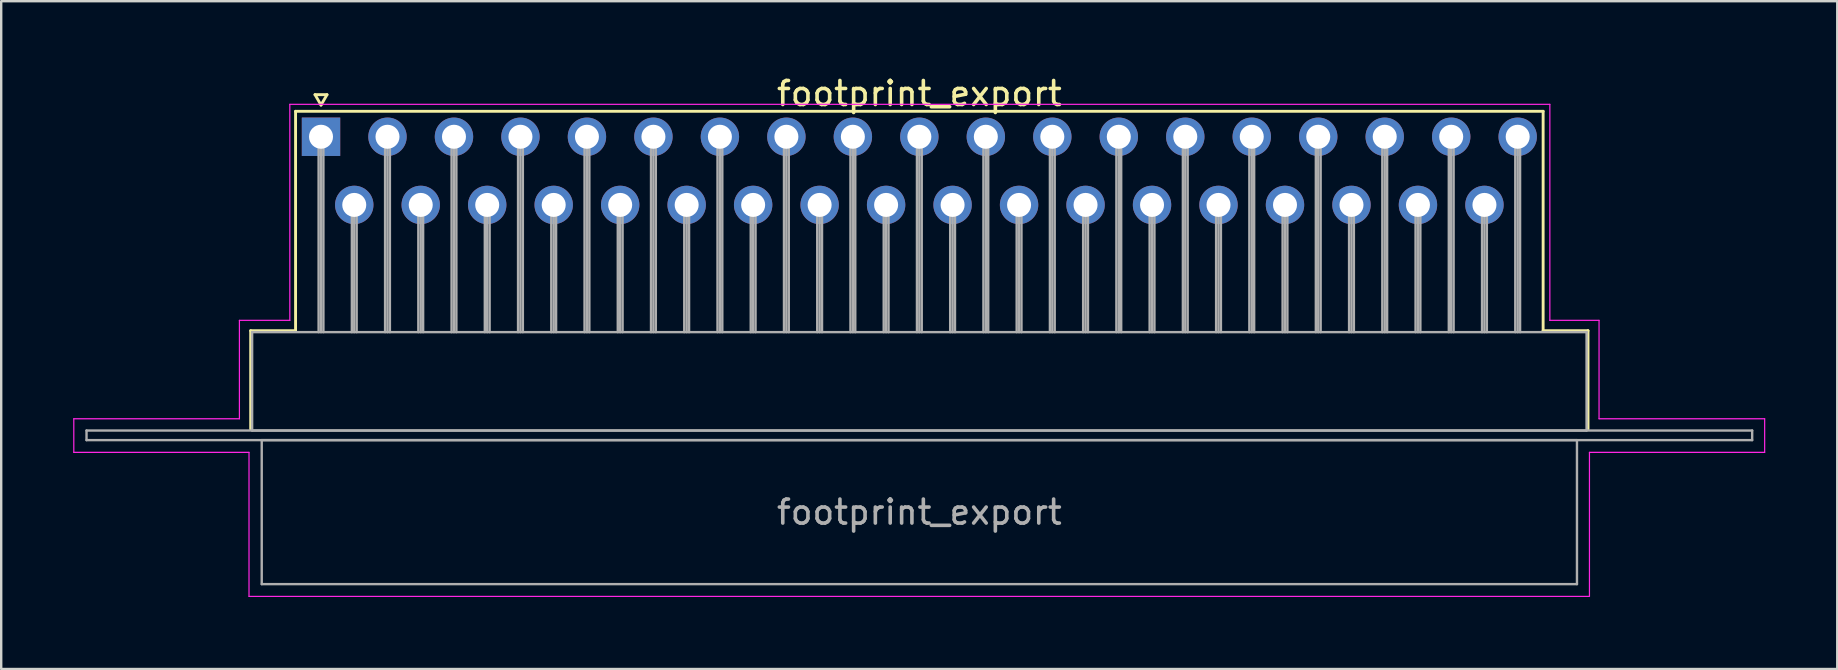
<source format=kicad_pcb>
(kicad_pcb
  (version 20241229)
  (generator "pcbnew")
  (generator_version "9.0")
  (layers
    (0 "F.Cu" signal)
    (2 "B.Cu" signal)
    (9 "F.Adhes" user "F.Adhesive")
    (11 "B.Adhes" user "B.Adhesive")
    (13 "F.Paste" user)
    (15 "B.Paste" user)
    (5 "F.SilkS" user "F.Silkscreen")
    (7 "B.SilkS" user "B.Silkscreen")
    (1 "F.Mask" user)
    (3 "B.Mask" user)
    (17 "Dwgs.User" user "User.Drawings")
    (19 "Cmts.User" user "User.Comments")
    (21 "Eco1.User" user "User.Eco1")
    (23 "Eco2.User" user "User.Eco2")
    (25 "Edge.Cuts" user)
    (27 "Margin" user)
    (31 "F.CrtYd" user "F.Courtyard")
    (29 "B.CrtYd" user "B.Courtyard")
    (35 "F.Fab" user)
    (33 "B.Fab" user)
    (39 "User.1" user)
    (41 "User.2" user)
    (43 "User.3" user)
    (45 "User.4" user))
  (footprint "footprint_export"
    (layer "F.Cu")
    (at 10.325 2.648)
    (property "Reference" "footprint_export" (at 24.93 -1.8 0) (layer "F.SilkS") (effects (font (size 1 1) (thickness 0.15))))
    (attr through_hole)
    (fp_line (start -2.93 8.08) (end -1.06 8.08) (stroke (width 0.12) (type solid)) (layer "F.SilkS"))
    (fp_line (start -2.93 12.18) (end -2.93 8.08) (stroke (width 0.12) (type solid)) (layer "F.SilkS"))
    (fp_line (start -1.06 -1.06) (end 50.92 -1.06) (stroke (width 0.12) (type solid)) (layer "F.SilkS"))
    (fp_line (start -1.06 8.08) (end -1.06 -1.06) (stroke (width 0.12) (type solid)) (layer "F.SilkS"))
    (fp_line (start -0.25 -1.754) (end 0.25 -1.754) (stroke (width 0.12) (type solid)) (layer "F.SilkS"))
    (fp_line (start 0 -1.321) (end -0.25 -1.754) (stroke (width 0.12) (type solid)) (layer "F.SilkS"))
    (fp_line (start 0.25 -1.754) (end 0 -1.321) (stroke (width 0.12) (type solid)) (layer "F.SilkS"))
    (fp_line (start 50.92 -1.06) (end 50.92 8.08) (stroke (width 0.12) (type solid)) (layer "F.SilkS"))
    (fp_line (start 50.92 8.08) (end 52.79 8.08) (stroke (width 0.12) (type solid)) (layer "F.SilkS"))
    (fp_line (start 52.79 8.08) (end 52.79 12.18) (stroke (width 0.12) (type solid)) (layer "F.SilkS"))
    (fp_line (start -10.3 11.75) (end -3.4 11.75) (stroke (width 0.05) (type solid)) (layer "F.CrtYd"))
    (fp_line (start -10.3 13.15) (end -10.3 11.75) (stroke (width 0.05) (type solid)) (layer "F.CrtYd"))
    (fp_line (start -3.4 7.65) (end -1.3 7.65) (stroke (width 0.05) (type solid)) (layer "F.CrtYd"))
    (fp_line (start -3.4 11.75) (end -3.4 7.65) (stroke (width 0.05) (type solid)) (layer "F.CrtYd"))
    (fp_line (start -3 13.15) (end -10.3 13.15) (stroke (width 0.05) (type solid)) (layer "F.CrtYd"))
    (fp_line (start -3 19.15) (end -3 13.15) (stroke (width 0.05) (type solid)) (layer "F.CrtYd"))
    (fp_line (start -1.3 -1.35) (end 51.2 -1.35) (stroke (width 0.05) (type solid)) (layer "F.CrtYd"))
    (fp_line (start -1.3 7.65) (end -1.3 -1.35) (stroke (width 0.05) (type solid)) (layer "F.CrtYd"))
    (fp_line (start 51.2 -1.35) (end 51.2 7.65) (stroke (width 0.05) (type solid)) (layer "F.CrtYd"))
    (fp_line (start 51.2 7.65) (end 53.25 7.65) (stroke (width 0.05) (type solid)) (layer "F.CrtYd"))
    (fp_line (start 52.85 13.15) (end 52.85 19.15) (stroke (width 0.05) (type solid)) (layer "F.CrtYd"))
    (fp_line (start 52.85 19.15) (end -3 19.15) (stroke (width 0.05) (type solid)) (layer "F.CrtYd"))
    (fp_line (start 53.25 7.65) (end 53.25 11.75) (stroke (width 0.05) (type solid)) (layer "F.CrtYd"))
    (fp_line (start 53.25 11.75) (end 60.15 11.75) (stroke (width 0.05) (type solid)) (layer "F.CrtYd"))
    (fp_line (start 60.15 11.75) (end 60.15 13.15) (stroke (width 0.05) (type solid)) (layer "F.CrtYd"))
    (fp_line (start 60.15 13.15) (end 52.85 13.15) (stroke (width 0.05) (type solid)) (layer "F.CrtYd"))
    (fp_line (start -9.77 12.24) (end -9.77 12.64) (stroke (width 0.1) (type solid)) (layer "F.Fab"))
    (fp_line (start -9.77 12.64) (end 59.63 12.64) (stroke (width 0.1) (type solid)) (layer "F.Fab"))
    (fp_line (start -2.87 8.14) (end -2.87 12.24) (stroke (width 0.1) (type solid)) (layer "F.Fab"))
    (fp_line (start -2.87 12.24) (end 52.73 12.24) (stroke (width 0.1) (type solid)) (layer "F.Fab"))
    (fp_line (start -2.47 12.64) (end -2.47 18.64) (stroke (width 0.1) (type solid)) (layer "F.Fab"))
    (fp_line (start -2.47 18.64) (end 52.33 18.64) (stroke (width 0.1) (type solid)) (layer "F.Fab"))
    (fp_line (start -0.1 0) (end -0.1 8.14) (stroke (width 0.1) (type solid)) (layer "F.Fab"))
    (fp_line (start 0 0) (end 0 8.14) (stroke (width 0.1) (type solid)) (layer "F.Fab"))
    (fp_line (start 0.1 0) (end 0.1 8.14) (stroke (width 0.1) (type solid)) (layer "F.Fab"))
    (fp_line (start 1.285 2.84) (end 1.285 8.14) (stroke (width 0.1) (type solid)) (layer "F.Fab"))
    (fp_line (start 1.385 2.84) (end 1.385 8.14) (stroke (width 0.1) (type solid)) (layer "F.Fab"))
    (fp_line (start 1.485 2.84) (end 1.485 8.14) (stroke (width 0.1) (type solid)) (layer "F.Fab"))
    (fp_line (start 2.67 0) (end 2.67 8.14) (stroke (width 0.1) (type solid)) (layer "F.Fab"))
    (fp_line (start 2.77 0) (end 2.77 8.14) (stroke (width 0.1) (type solid)) (layer "F.Fab"))
    (fp_line (start 2.87 0) (end 2.87 8.14) (stroke (width 0.1) (type solid)) (layer "F.Fab"))
    (fp_line (start 4.055 2.84) (end 4.055 8.14) (stroke (width 0.1) (type solid)) (layer "F.Fab"))
    (fp_line (start 4.155 2.84) (end 4.155 8.14) (stroke (width 0.1) (type solid)) (layer "F.Fab"))
    (fp_line (start 4.255 2.84) (end 4.255 8.14) (stroke (width 0.1) (type solid)) (layer "F.Fab"))
    (fp_line (start 5.44 0) (end 5.44 8.14) (stroke (width 0.1) (type solid)) (layer "F.Fab"))
    (fp_line (start 5.54 0) (end 5.54 8.14) (stroke (width 0.1) (type solid)) (layer "F.Fab"))
    (fp_line (start 5.64 0) (end 5.64 8.14) (stroke (width 0.1) (type solid)) (layer "F.Fab"))
    (fp_line (start 6.825 2.84) (end 6.825 8.14) (stroke (width 0.1) (type solid)) (layer "F.Fab"))
    (fp_line (start 6.925 2.84) (end 6.925 8.14) (stroke (width 0.1) (type solid)) (layer "F.Fab"))
    (fp_line (start 7.025 2.84) (end 7.025 8.14) (stroke (width 0.1) (type solid)) (layer "F.Fab"))
    (fp_line (start 8.21 0) (end 8.21 8.14) (stroke (width 0.1) (type solid)) (layer "F.Fab"))
    (fp_line (start 8.31 0) (end 8.31 8.14) (stroke (width 0.1) (type solid)) (layer "F.Fab"))
    (fp_line (start 8.41 0) (end 8.41 8.14) (stroke (width 0.1) (type solid)) (layer "F.Fab"))
    (fp_line (start 9.595 2.84) (end 9.595 8.14) (stroke (width 0.1) (type solid)) (layer "F.Fab"))
    (fp_line (start 9.695 2.84) (end 9.695 8.14) (stroke (width 0.1) (type solid)) (layer "F.Fab"))
    (fp_line (start 9.795 2.84) (end 9.795 8.14) (stroke (width 0.1) (type solid)) (layer "F.Fab"))
    (fp_line (start 10.98 0) (end 10.98 8.14) (stroke (width 0.1) (type solid)) (layer "F.Fab"))
    (fp_line (start 11.08 0) (end 11.08 8.14) (stroke (width 0.1) (type solid)) (layer "F.Fab"))
    (fp_line (start 11.18 0) (end 11.18 8.14) (stroke (width 0.1) (type solid)) (layer "F.Fab"))
    (fp_line (start 12.365 2.84) (end 12.365 8.14) (stroke (width 0.1) (type solid)) (layer "F.Fab"))
    (fp_line (start 12.465 2.84) (end 12.465 8.14) (stroke (width 0.1) (type solid)) (layer "F.Fab"))
    (fp_line (start 12.565 2.84) (end 12.565 8.14) (stroke (width 0.1) (type solid)) (layer "F.Fab"))
    (fp_line (start 13.75 0) (end 13.75 8.14) (stroke (width 0.1) (type solid)) (layer "F.Fab"))
    (fp_line (start 13.85 0) (end 13.85 8.14) (stroke (width 0.1) (type solid)) (layer "F.Fab"))
    (fp_line (start 13.95 0) (end 13.95 8.14) (stroke (width 0.1) (type solid)) (layer "F.Fab"))
    (fp_line (start 15.135 2.84) (end 15.135 8.14) (stroke (width 0.1) (type solid)) (layer "F.Fab"))
    (fp_line (start 15.235 2.84) (end 15.235 8.14) (stroke (width 0.1) (type solid)) (layer "F.Fab"))
    (fp_line (start 15.335 2.84) (end 15.335 8.14) (stroke (width 0.1) (type solid)) (layer "F.Fab"))
    (fp_line (start 16.52 0) (end 16.52 8.14) (stroke (width 0.1) (type solid)) (layer "F.Fab"))
    (fp_line (start 16.62 0) (end 16.62 8.14) (stroke (width 0.1) (type solid)) (layer "F.Fab"))
    (fp_line (start 16.72 0) (end 16.72 8.14) (stroke (width 0.1) (type solid)) (layer "F.Fab"))
    (fp_line (start 17.905 2.84) (end 17.905 8.14) (stroke (width 0.1) (type solid)) (layer "F.Fab"))
    (fp_line (start 18.005 2.84) (end 18.005 8.14) (stroke (width 0.1) (type solid)) (layer "F.Fab"))
    (fp_line (start 18.105 2.84) (end 18.105 8.14) (stroke (width 0.1) (type solid)) (layer "F.Fab"))
    (fp_line (start 19.29 0) (end 19.29 8.14) (stroke (width 0.1) (type solid)) (layer "F.Fab"))
    (fp_line (start 19.39 0) (end 19.39 8.14) (stroke (width 0.1) (type solid)) (layer "F.Fab"))
    (fp_line (start 19.49 0) (end 19.49 8.14) (stroke (width 0.1) (type solid)) (layer "F.Fab"))
    (fp_line (start 20.675 2.84) (end 20.675 8.14) (stroke (width 0.1) (type solid)) (layer "F.Fab"))
    (fp_line (start 20.775 2.84) (end 20.775 8.14) (stroke (width 0.1) (type solid)) (layer "F.Fab"))
    (fp_line (start 20.875 2.84) (end 20.875 8.14) (stroke (width 0.1) (type solid)) (layer "F.Fab"))
    (fp_line (start 22.06 0) (end 22.06 8.14) (stroke (width 0.1) (type solid)) (layer "F.Fab"))
    (fp_line (start 22.16 0) (end 22.16 8.14) (stroke (width 0.1) (type solid)) (layer "F.Fab"))
    (fp_line (start 22.26 0) (end 22.26 8.14) (stroke (width 0.1) (type solid)) (layer "F.Fab"))
    (fp_line (start 23.445 2.84) (end 23.445 8.14) (stroke (width 0.1) (type solid)) (layer "F.Fab"))
    (fp_line (start 23.545 2.84) (end 23.545 8.14) (stroke (width 0.1) (type solid)) (layer "F.Fab"))
    (fp_line (start 23.645 2.84) (end 23.645 8.14) (stroke (width 0.1) (type solid)) (layer "F.Fab"))
    (fp_line (start 24.83 0) (end 24.83 8.14) (stroke (width 0.1) (type solid)) (layer "F.Fab"))
    (fp_line (start 24.93 0) (end 24.93 8.14) (stroke (width 0.1) (type solid)) (layer "F.Fab"))
    (fp_line (start 25.03 0) (end 25.03 8.14) (stroke (width 0.1) (type solid)) (layer "F.Fab"))
    (fp_line (start 26.215 2.84) (end 26.215 8.14) (stroke (width 0.1) (type solid)) (layer "F.Fab"))
    (fp_line (start 26.315 2.84) (end 26.315 8.14) (stroke (width 0.1) (type solid)) (layer "F.Fab"))
    (fp_line (start 26.415 2.84) (end 26.415 8.14) (stroke (width 0.1) (type solid)) (layer "F.Fab"))
    (fp_line (start 27.6 0) (end 27.6 8.14) (stroke (width 0.1) (type solid)) (layer "F.Fab"))
    (fp_line (start 27.7 0) (end 27.7 8.14) (stroke (width 0.1) (type solid)) (layer "F.Fab"))
    (fp_line (start 27.8 0) (end 27.8 8.14) (stroke (width 0.1) (type solid)) (layer "F.Fab"))
    (fp_line (start 28.985 2.84) (end 28.985 8.14) (stroke (width 0.1) (type solid)) (layer "F.Fab"))
    (fp_line (start 29.085 2.84) (end 29.085 8.14) (stroke (width 0.1) (type solid)) (layer "F.Fab"))
    (fp_line (start 29.185 2.84) (end 29.185 8.14) (stroke (width 0.1) (type solid)) (layer "F.Fab"))
    (fp_line (start 30.37 0) (end 30.37 8.14) (stroke (width 0.1) (type solid)) (layer "F.Fab"))
    (fp_line (start 30.47 0) (end 30.47 8.14) (stroke (width 0.1) (type solid)) (layer "F.Fab"))
    (fp_line (start 30.57 0) (end 30.57 8.14) (stroke (width 0.1) (type solid)) (layer "F.Fab"))
    (fp_line (start 31.755 2.84) (end 31.755 8.14) (stroke (width 0.1) (type solid)) (layer "F.Fab"))
    (fp_line (start 31.855 2.84) (end 31.855 8.14) (stroke (width 0.1) (type solid)) (layer "F.Fab"))
    (fp_line (start 31.955 2.84) (end 31.955 8.14) (stroke (width 0.1) (type solid)) (layer "F.Fab"))
    (fp_line (start 33.14 0) (end 33.14 8.14) (stroke (width 0.1) (type solid)) (layer "F.Fab"))
    (fp_line (start 33.24 0) (end 33.24 8.14) (stroke (width 0.1) (type solid)) (layer "F.Fab"))
    (fp_line (start 33.34 0) (end 33.34 8.14) (stroke (width 0.1) (type solid)) (layer "F.Fab"))
    (fp_line (start 34.525 2.84) (end 34.525 8.14) (stroke (width 0.1) (type solid)) (layer "F.Fab"))
    (fp_line (start 34.625 2.84) (end 34.625 8.14) (stroke (width 0.1) (type solid)) (layer "F.Fab"))
    (fp_line (start 34.725 2.84) (end 34.725 8.14) (stroke (width 0.1) (type solid)) (layer "F.Fab"))
    (fp_line (start 35.91 0) (end 35.91 8.14) (stroke (width 0.1) (type solid)) (layer "F.Fab"))
    (fp_line (start 36.01 0) (end 36.01 8.14) (stroke (width 0.1) (type solid)) (layer "F.Fab"))
    (fp_line (start 36.11 0) (end 36.11 8.14) (stroke (width 0.1) (type solid)) (layer "F.Fab"))
    (fp_line (start 37.295 2.84) (end 37.295 8.14) (stroke (width 0.1) (type solid)) (layer "F.Fab"))
    (fp_line (start 37.395 2.84) (end 37.395 8.14) (stroke (width 0.1) (type solid)) (layer "F.Fab"))
    (fp_line (start 37.495 2.84) (end 37.495 8.14) (stroke (width 0.1) (type solid)) (layer "F.Fab"))
    (fp_line (start 38.68 0) (end 38.68 8.14) (stroke (width 0.1) (type solid)) (layer "F.Fab"))
    (fp_line (start 38.78 0) (end 38.78 8.14) (stroke (width 0.1) (type solid)) (layer "F.Fab"))
    (fp_line (start 38.88 0) (end 38.88 8.14) (stroke (width 0.1) (type solid)) (layer "F.Fab"))
    (fp_line (start 40.065 2.84) (end 40.065 8.14) (stroke (width 0.1) (type solid)) (layer "F.Fab"))
    (fp_line (start 40.165 2.84) (end 40.165 8.14) (stroke (width 0.1) (type solid)) (layer "F.Fab"))
    (fp_line (start 40.265 2.84) (end 40.265 8.14) (stroke (width 0.1) (type solid)) (layer "F.Fab"))
    (fp_line (start 41.45 0) (end 41.45 8.14) (stroke (width 0.1) (type solid)) (layer "F.Fab"))
    (fp_line (start 41.55 0) (end 41.55 8.14) (stroke (width 0.1) (type solid)) (layer "F.Fab"))
    (fp_line (start 41.65 0) (end 41.65 8.14) (stroke (width 0.1) (type solid)) (layer "F.Fab"))
    (fp_line (start 42.835 2.84) (end 42.835 8.14) (stroke (width 0.1) (type solid)) (layer "F.Fab"))
    (fp_line (start 42.935 2.84) (end 42.935 8.14) (stroke (width 0.1) (type solid)) (layer "F.Fab"))
    (fp_line (start 43.035 2.84) (end 43.035 8.14) (stroke (width 0.1) (type solid)) (layer "F.Fab"))
    (fp_line (start 44.22 0) (end 44.22 8.14) (stroke (width 0.1) (type solid)) (layer "F.Fab"))
    (fp_line (start 44.32 0) (end 44.32 8.14) (stroke (width 0.1) (type solid)) (layer "F.Fab"))
    (fp_line (start 44.42 0) (end 44.42 8.14) (stroke (width 0.1) (type solid)) (layer "F.Fab"))
    (fp_line (start 45.605 2.84) (end 45.605 8.14) (stroke (width 0.1) (type solid)) (layer "F.Fab"))
    (fp_line (start 45.705 2.84) (end 45.705 8.14) (stroke (width 0.1) (type solid)) (layer "F.Fab"))
    (fp_line (start 45.805 2.84) (end 45.805 8.14) (stroke (width 0.1) (type solid)) (layer "F.Fab"))
    (fp_line (start 46.99 0) (end 46.99 8.14) (stroke (width 0.1) (type solid)) (layer "F.Fab"))
    (fp_line (start 47.09 0) (end 47.09 8.14) (stroke (width 0.1) (type solid)) (layer "F.Fab"))
    (fp_line (start 47.19 0) (end 47.19 8.14) (stroke (width 0.1) (type solid)) (layer "F.Fab"))
    (fp_line (start 48.375 2.84) (end 48.375 8.14) (stroke (width 0.1) (type solid)) (layer "F.Fab"))
    (fp_line (start 48.475 2.84) (end 48.475 8.14) (stroke (width 0.1) (type solid)) (layer "F.Fab"))
    (fp_line (start 48.575 2.84) (end 48.575 8.14) (stroke (width 0.1) (type solid)) (layer "F.Fab"))
    (fp_line (start 49.76 0) (end 49.76 8.14) (stroke (width 0.1) (type solid)) (layer "F.Fab"))
    (fp_line (start 49.86 0) (end 49.86 8.14) (stroke (width 0.1) (type solid)) (layer "F.Fab"))
    (fp_line (start 49.96 0) (end 49.96 8.14) (stroke (width 0.1) (type solid)) (layer "F.Fab"))
    (fp_line (start 52.33 12.64) (end -2.47 12.64) (stroke (width 0.1) (type solid)) (layer "F.Fab"))
    (fp_line (start 52.33 18.64) (end 52.33 12.64) (stroke (width 0.1) (type solid)) (layer "F.Fab"))
    (fp_line (start 52.73 8.14) (end -2.87 8.14) (stroke (width 0.1) (type solid)) (layer "F.Fab"))
    (fp_line (start 52.73 12.24) (end 52.73 8.14) (stroke (width 0.1) (type solid)) (layer "F.Fab"))
    (fp_line (start 59.63 12.24) (end -9.77 12.24) (stroke (width 0.1) (type solid)) (layer "F.Fab"))
    (fp_line (start 59.63 12.64) (end 59.63 12.24) (stroke (width 0.1) (type solid)) (layer "F.Fab"))
    (fp_text user "${REFERENCE}" (at 24.93 15.64 0) (layer "F.Fab") (effects (font (size 1 1) (thickness 0.15))))
    (pad "1" thru_hole rect (at 0 0) (size 1.6 1.6) (drill 1) (layers "*.Cu" "*.Mask"))
    (pad "2" thru_hole circle (at 2.77 0) (size 1.6 1.6) (drill 1) (layers "*.Cu" "*.Mask"))
    (pad "3" thru_hole circle (at 5.54 0) (size 1.6 1.6) (drill 1) (layers "*.Cu" "*.Mask"))
    (pad "4" thru_hole circle (at 8.31 0) (size 1.6 1.6) (drill 1) (layers "*.Cu" "*.Mask"))
    (pad "5" thru_hole circle (at 11.08 0) (size 1.6 1.6) (drill 1) (layers "*.Cu" "*.Mask"))
    (pad "6" thru_hole circle (at 13.85 0) (size 1.6 1.6) (drill 1) (layers "*.Cu" "*.Mask"))
    (pad "7" thru_hole circle (at 16.62 0) (size 1.6 1.6) (drill 1) (layers "*.Cu" "*.Mask"))
    (pad "8" thru_hole circle (at 19.39 0) (size 1.6 1.6) (drill 1) (layers "*.Cu" "*.Mask"))
    (pad "9" thru_hole circle (at 22.16 0) (size 1.6 1.6) (drill 1) (layers "*.Cu" "*.Mask"))
    (pad "10" thru_hole circle (at 24.93 0) (size 1.6 1.6) (drill 1) (layers "*.Cu" "*.Mask"))
    (pad "11" thru_hole circle (at 27.7 0) (size 1.6 1.6) (drill 1) (layers "*.Cu" "*.Mask"))
    (pad "12" thru_hole circle (at 30.47 0) (size 1.6 1.6) (drill 1) (layers "*.Cu" "*.Mask"))
    (pad "13" thru_hole circle (at 33.24 0) (size 1.6 1.6) (drill 1) (layers "*.Cu" "*.Mask"))
    (pad "14" thru_hole circle (at 36.01 0) (size 1.6 1.6) (drill 1) (layers "*.Cu" "*.Mask"))
    (pad "15" thru_hole circle (at 38.78 0) (size 1.6 1.6) (drill 1) (layers "*.Cu" "*.Mask"))
    (pad "16" thru_hole circle (at 41.55 0) (size 1.6 1.6) (drill 1) (layers "*.Cu" "*.Mask"))
    (pad "17" thru_hole circle (at 44.32 0) (size 1.6 1.6) (drill 1) (layers "*.Cu" "*.Mask"))
    (pad "18" thru_hole circle (at 47.09 0) (size 1.6 1.6) (drill 1) (layers "*.Cu" "*.Mask"))
    (pad "19" thru_hole circle (at 49.86 0) (size 1.6 1.6) (drill 1) (layers "*.Cu" "*.Mask"))
    (pad "20" thru_hole circle (at 1.385 2.84) (size 1.6 1.6) (drill 1) (layers "*.Cu" "*.Mask"))
    (pad "21" thru_hole circle (at 4.155 2.84) (size 1.6 1.6) (drill 1) (layers "*.Cu" "*.Mask"))
    (pad "22" thru_hole circle (at 6.925 2.84) (size 1.6 1.6) (drill 1) (layers "*.Cu" "*.Mask"))
    (pad "23" thru_hole circle (at 9.695 2.84) (size 1.6 1.6) (drill 1) (layers "*.Cu" "*.Mask"))
    (pad "24" thru_hole circle (at 12.465 2.84) (size 1.6 1.6) (drill 1) (layers "*.Cu" "*.Mask"))
    (pad "25" thru_hole circle (at 15.235 2.84) (size 1.6 1.6) (drill 1) (layers "*.Cu" "*.Mask"))
    (pad "26" thru_hole circle (at 18.005 2.84) (size 1.6 1.6) (drill 1) (layers "*.Cu" "*.Mask"))
    (pad "27" thru_hole circle (at 20.775 2.84) (size 1.6 1.6) (drill 1) (layers "*.Cu" "*.Mask"))
    (pad "28" thru_hole circle (at 23.545 2.84) (size 1.6 1.6) (drill 1) (layers "*.Cu" "*.Mask"))
    (pad "29" thru_hole circle (at 26.315 2.84) (size 1.6 1.6) (drill 1) (layers "*.Cu" "*.Mask"))
    (pad "30" thru_hole circle (at 29.085 2.84) (size 1.6 1.6) (drill 1) (layers "*.Cu" "*.Mask"))
    (pad "31" thru_hole circle (at 31.855 2.84) (size 1.6 1.6) (drill 1) (layers "*.Cu" "*.Mask"))
    (pad "32" thru_hole circle (at 34.625 2.84) (size 1.6 1.6) (drill 1) (layers "*.Cu" "*.Mask"))
    (pad "33" thru_hole circle (at 37.395 2.84) (size 1.6 1.6) (drill 1) (layers "*.Cu" "*.Mask"))
    (pad "34" thru_hole circle (at 40.165 2.84) (size 1.6 1.6) (drill 1) (layers "*.Cu" "*.Mask"))
    (pad "35" thru_hole circle (at 42.935 2.84) (size 1.6 1.6) (drill 1) (layers "*.Cu" "*.Mask"))
    (pad "36" thru_hole circle (at 45.705 2.84) (size 1.6 1.6) (drill 1) (layers "*.Cu" "*.Mask"))
    (pad "37" thru_hole circle (at 48.475 2.84) (size 1.6 1.6) (drill 1) (layers "*.Cu" "*.Mask")))
  (gr_rect
    (start -3 -3)
    (end 73.5 24.823)
    (stroke (width 0.1) (type default))
    (fill no)
    (layer "Edge.Cuts")))
</source>
